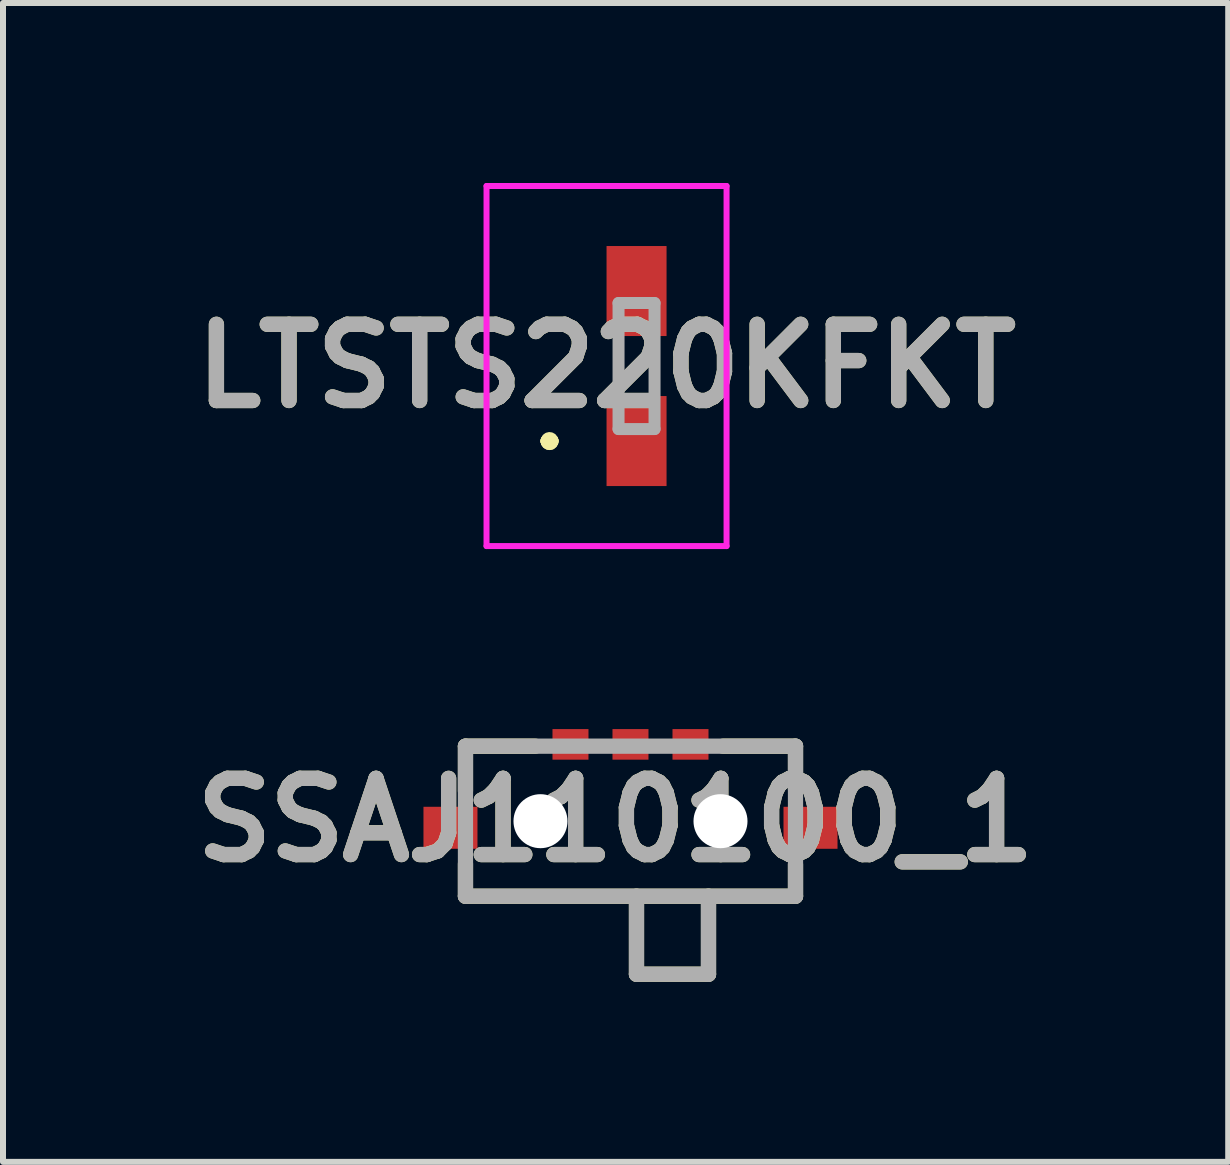
<source format=kicad_pcb>
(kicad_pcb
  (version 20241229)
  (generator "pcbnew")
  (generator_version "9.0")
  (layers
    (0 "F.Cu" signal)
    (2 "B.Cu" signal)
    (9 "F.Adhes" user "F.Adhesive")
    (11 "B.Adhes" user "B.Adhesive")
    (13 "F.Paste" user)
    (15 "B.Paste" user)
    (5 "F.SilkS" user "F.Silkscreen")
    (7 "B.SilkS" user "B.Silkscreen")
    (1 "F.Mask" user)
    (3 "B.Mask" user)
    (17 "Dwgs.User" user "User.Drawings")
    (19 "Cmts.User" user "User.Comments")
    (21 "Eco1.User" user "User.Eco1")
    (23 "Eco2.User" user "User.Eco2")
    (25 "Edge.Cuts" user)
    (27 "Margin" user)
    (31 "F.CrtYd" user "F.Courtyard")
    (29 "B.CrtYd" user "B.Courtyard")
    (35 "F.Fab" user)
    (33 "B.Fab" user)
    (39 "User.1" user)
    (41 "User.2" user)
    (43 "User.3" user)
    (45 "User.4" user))
  (footprint "SSAJ110100_1"
    (layer "F.Cu")
    (at 10.207 11.885)
    (property "Reference" "SSAJ110100_1" (at -2.999 -1.268 0) (layer "F.SilkS") (effects (font (size 1.27 1.27) (thickness 0.254))))
    (attr through_hole)
    (fp_line (start -5.5 -2.5) (end -5.5 -1.753) (stroke (width 0.254) (type solid)) (layer "F.SilkS"))
    (fp_line (start -5.5 -2.5) (end -4.334 -2.5) (stroke (width 0.254) (type solid)) (layer "F.SilkS"))
    (fp_line (start -5.5 0) (end -5.5 -0.54) (stroke (width 0.254) (type solid)) (layer "F.SilkS"))
    (fp_line (start -5.5 0) (end 0 0) (stroke (width 0.254) (type solid)) (layer "F.SilkS"))
    (fp_line (start -2.65 0) (end -2.65 1.3) (stroke (width 0.254) (type solid)) (layer "F.SilkS"))
    (fp_line (start -2.65 1.3) (end -1.45 1.3) (stroke (width 0.254) (type solid)) (layer "F.SilkS"))
    (fp_line (start -1.45 1.3) (end -1.45 0) (stroke (width 0.254) (type solid)) (layer "F.SilkS"))
    (fp_line (start 0 -2.5) (end -1.209 -2.5) (stroke (width 0.254) (type solid)) (layer "F.SilkS"))
    (fp_line (start 0 -2.5) (end 0 -1.781) (stroke (width 0.254) (type solid)) (layer "F.SilkS"))
    (fp_line (start 0 0) (end 0 -0.529) (stroke (width 0.254) (type solid)) (layer "F.SilkS"))
    (fp_line (start -5.5 -2.5) (end 0 -2.5) (stroke (width 0.254) (type solid)) (layer "F.Fab"))
    (fp_line (start -5.5 0) (end -5.5 -2.5) (stroke (width 0.254) (type solid)) (layer "F.Fab"))
    (fp_line (start -2.65 0) (end -2.65 1.3) (stroke (width 0.254) (type solid)) (layer "F.Fab"))
    (fp_line (start -2.65 1.3) (end -1.45 1.3) (stroke (width 0.254) (type solid)) (layer "F.Fab"))
    (fp_line (start -1.45 1.3) (end -1.45 0) (stroke (width 0.254) (type solid)) (layer "F.Fab"))
    (fp_line (start 0 -2.5) (end 0 0) (stroke (width 0.254) (type solid)) (layer "F.Fab"))
    (fp_line (start 0 0) (end -5.5 0) (stroke (width 0.254) (type solid)) (layer "F.Fab"))
    (fp_text user "${REFERENCE}" (at -2.999 -1.268 0) (layer "F.Fab") (effects (font (size 1.27 1.27) (thickness 0.254))))
    (pad "" np_thru_hole circle (at -4.25 -1.25) (size 0.9 0.9) (drill 0.9) (layers "*.Cu" "*.Mask"))
    (pad "" np_thru_hole circle (at -1.25 -1.25) (size 0.9 0.9) (drill 0.9) (layers "*.Cu" "*.Mask"))
    (pad "1" smd rect (at -3.75 -2.53 90) (size 0.51 0.6) (layers "F.Cu" "F.Mask" "F.Paste"))
    (pad "2" smd rect (at -2.75 -2.53 90) (size 0.51 0.6) (layers "F.Cu" "F.Mask" "F.Paste"))
    (pad "3" smd rect (at -1.75 -2.53 90) (size 0.51 0.6) (layers "F.Cu" "F.Mask" "F.Paste"))
    (pad "4" smd rect (at -5.75 -1.14 90) (size 0.7 0.9) (layers "F.Cu" "F.Mask" "F.Paste"))
    (pad "5" smd rect (at 0.25 -1.14 90) (size 0.7 0.9) (layers "F.Cu" "F.Mask" "F.Paste")))
  (footprint "LTSTS220KFKT"
    (layer "F.Cu")
    (at 7.558 3.05)
    (property "Reference" "LTSTS220KFKT" (at -0.5 0 0) (layer "F.SilkS") (effects (font (size 1.27 1.27) (thickness 0.254))))
    (attr smd)
    (fp_line (start -1.5 1.25) (end -1.5 1.25) (stroke (width 0.2) (type solid)) (layer "F.SilkS"))
    (fp_line (start -1.5 1.25) (end -1.5 1.25) (stroke (width 0.2) (type solid)) (layer "F.SilkS"))
    (fp_line (start -1.4 1.25) (end -1.4 1.25) (stroke (width 0.2) (type solid)) (layer "F.SilkS"))
    (fp_arc (start -1.5 1.25) (mid -1.45 1.2) (end -1.4 1.25) (stroke (width 0.2) (type solid)) (layer "F.SilkS"))
    (fp_arc (start -1.4 1.25) (mid -1.45 1.3) (end -1.5 1.25) (stroke (width 0.2) (type solid)) (layer "F.SilkS"))
    (fp_arc (start -1.4 1.25) (mid -1.45 1.3) (end -1.5 1.25) (stroke (width 0.2) (type solid)) (layer "F.SilkS"))
    (fp_line (start -2.5 -3) (end -2.5 3) (stroke (width 0.1) (type solid)) (layer "F.CrtYd"))
    (fp_line (start -2.5 3) (end 1.5 3) (stroke (width 0.1) (type solid)) (layer "F.CrtYd"))
    (fp_line (start 1.5 -3) (end -2.5 -3) (stroke (width 0.1) (type solid)) (layer "F.CrtYd"))
    (fp_line (start 1.5 3) (end 1.5 -3) (stroke (width 0.1) (type solid)) (layer "F.CrtYd"))
    (fp_line (start -0.3 -1.05) (end 0.3 -1.05) (stroke (width 0.2) (type solid)) (layer "F.Fab"))
    (fp_line (start -0.3 1.05) (end -0.3 -1.05) (stroke (width 0.2) (type solid)) (layer "F.Fab"))
    (fp_line (start 0.3 -1.05) (end 0.3 1.05) (stroke (width 0.2) (type solid)) (layer "F.Fab"))
    (fp_line (start 0.3 1.05) (end -0.3 1.05) (stroke (width 0.2) (type solid)) (layer "F.Fab"))
    (fp_text user "${REFERENCE}" (at -0.5 0 0) (layer "F.Fab") (effects (font (size 1.27 1.27) (thickness 0.254))))
    (pad "1" smd rect (at 0 1.25) (size 1 1.5) (layers "F.Cu" "F.Mask" "F.Paste"))
    (pad "2" smd rect (at 0 -1.25) (size 1 1.5) (layers "F.Cu" "F.Mask" "F.Paste")))
  (gr_rect
    (start -3 -3)
    (end 17.418 16.312)
    (stroke (width 0.1) (type default))
    (fill no)
    (layer "Edge.Cuts")))
</source>
